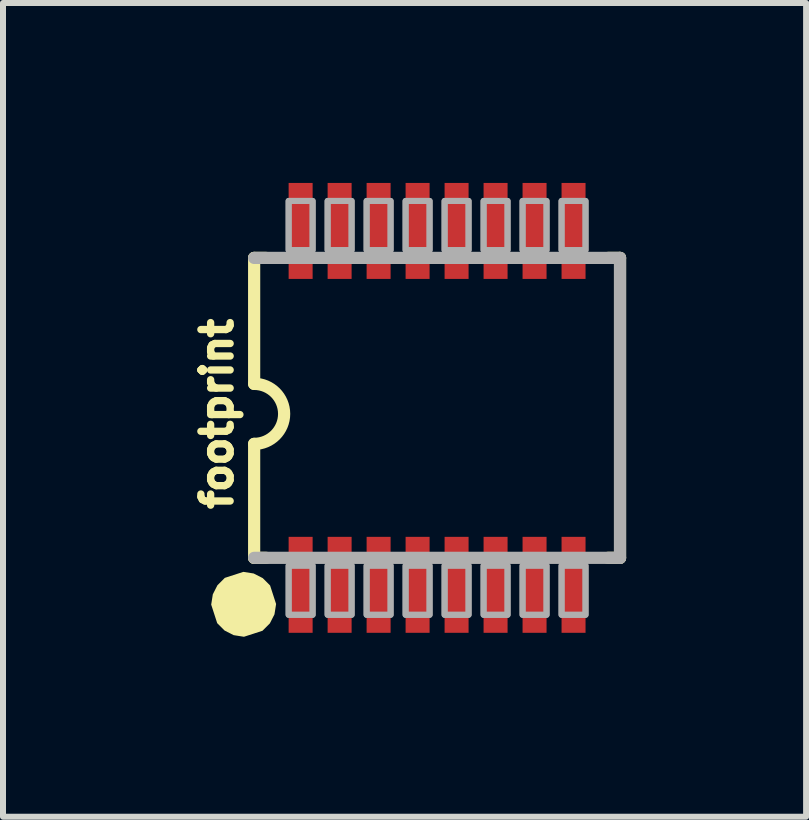
<source format=kicad_pcb>
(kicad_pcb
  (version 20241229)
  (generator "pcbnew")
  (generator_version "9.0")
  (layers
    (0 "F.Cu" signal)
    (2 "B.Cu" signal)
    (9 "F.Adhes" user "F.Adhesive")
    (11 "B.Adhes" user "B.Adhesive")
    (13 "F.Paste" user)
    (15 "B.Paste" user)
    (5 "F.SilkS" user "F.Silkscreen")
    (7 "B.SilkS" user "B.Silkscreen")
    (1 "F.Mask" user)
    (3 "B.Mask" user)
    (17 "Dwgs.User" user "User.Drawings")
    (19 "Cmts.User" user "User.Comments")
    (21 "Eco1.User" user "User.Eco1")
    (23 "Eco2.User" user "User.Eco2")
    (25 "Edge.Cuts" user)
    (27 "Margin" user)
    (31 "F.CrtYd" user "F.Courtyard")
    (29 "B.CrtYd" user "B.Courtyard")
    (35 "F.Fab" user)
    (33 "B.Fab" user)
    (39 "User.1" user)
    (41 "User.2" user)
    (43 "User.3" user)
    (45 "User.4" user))
  (footprint "footprint"
    (layer "F.Cu")
    (at 4.187 3.85)
    (property "Reference" "footprint" (at -3.334 0 90) (layer "F.SilkS") (effects (font (size 0.488 0.488) (thickness 0.122)) (justify bottom)))
    (fp_line (start -3 -2.6) (end -3 -0.5) (stroke (width 0.203) (type solid)) (layer "F.SilkS"))
    (fp_line (start -3 -2.6) (end -2.8 -2.6) (stroke (width 0.203) (type solid)) (layer "F.SilkS"))
    (fp_line (start -3 0.5) (end -3 2.4) (stroke (width 0.203) (type solid)) (layer "F.SilkS"))
    (fp_line (start -3 2.4) (end -2.8 2.4) (stroke (width 0.203) (type solid)) (layer "F.SilkS"))
    (fp_line (start 2.9 2.4) (end 3.1 2.4) (stroke (width 0.203) (type solid)) (layer "F.SilkS"))
    (fp_line (start 3.1 -2.6) (end 2.9 -2.6) (stroke (width 0.203) (type solid)) (layer "F.SilkS"))
    (fp_line (start 3.1 2.4) (end 3.1 -2.6) (stroke (width 0.203) (type solid)) (layer "F.SilkS"))
    (fp_arc (start -3 -0.5) (mid -2.5 0) (end -3 0.5) (stroke (width 0.2032) (type solid)) (layer "F.SilkS"))
    (fp_poly (pts (xy -3.008 2.661) (xy -2.857 2.738) (xy -2.734 2.861) (xy -2.634 3.17) (xy -2.661 3.342) (xy -2.738 3.493) (xy -2.861 3.616) (xy -3.17 3.716) (xy -3.342 3.689) (xy -3.493 3.612) (xy -3.616 3.489) (xy -3.716 3.18) (xy -3.689 3.008) (xy -3.612 2.857) (xy -3.489 2.734) (xy -3.18 2.634)) (stroke (width 0) (type solid)) (fill yes) (layer "F.SilkS"))
    (fp_line (start -3 -2.6) (end 3.1 -2.6) (stroke (width 0.203) (type solid)) (layer "F.Fab"))
    (fp_line (start 3.1 2.4) (end -3 2.4) (stroke (width 0.203) (type solid)) (layer "F.Fab"))
    (fp_line (start 3.1 2.4) (end 3.1 -2.6) (stroke (width 0.203) (type solid)) (layer "F.Fab"))
    (fp_poly (pts (xy -2.425 -2.73) (xy -2.025 -2.73) (xy -2.025 -3.55) (xy -2.425 -3.55)) (stroke (width 0.1) (type solid)) (fill no) (layer "F.Fab"))
    (fp_poly (pts (xy -2.425 -2.73) (xy -2.025 -2.73) (xy -2.025 -3.55) (xy -2.425 -3.55)) (stroke (width 0.1) (type solid)) (fill no) (layer "F.Fab"))
    (fp_poly (pts (xy -2.425 3.35) (xy -2.025 3.35) (xy -2.025 2.53) (xy -2.425 2.53)) (stroke (width 0.1) (type solid)) (fill no) (layer "F.Fab"))
    (fp_poly (pts (xy -2.425 3.35) (xy -2.025 3.35) (xy -2.025 2.53) (xy -2.425 2.53)) (stroke (width 0.1) (type solid)) (fill no) (layer "F.Fab"))
    (fp_poly (pts (xy -1.775 -2.73) (xy -1.375 -2.73) (xy -1.375 -3.55) (xy -1.775 -3.55)) (stroke (width 0.1) (type solid)) (fill no) (layer "F.Fab"))
    (fp_poly (pts (xy -1.775 -2.73) (xy -1.375 -2.73) (xy -1.375 -3.55) (xy -1.775 -3.55)) (stroke (width 0.1) (type solid)) (fill no) (layer "F.Fab"))
    (fp_poly (pts (xy -1.775 3.35) (xy -1.375 3.35) (xy -1.375 2.53) (xy -1.775 2.53)) (stroke (width 0.1) (type solid)) (fill no) (layer "F.Fab"))
    (fp_poly (pts (xy -1.775 3.35) (xy -1.375 3.35) (xy -1.375 2.53) (xy -1.775 2.53)) (stroke (width 0.1) (type solid)) (fill no) (layer "F.Fab"))
    (fp_poly (pts (xy -1.125 -2.73) (xy -0.725 -2.73) (xy -0.725 -3.55) (xy -1.125 -3.55)) (stroke (width 0.1) (type solid)) (fill no) (layer "F.Fab"))
    (fp_poly (pts (xy -1.125 -2.73) (xy -0.725 -2.73) (xy -0.725 -3.55) (xy -1.125 -3.55)) (stroke (width 0.1) (type solid)) (fill no) (layer "F.Fab"))
    (fp_poly (pts (xy -1.125 3.35) (xy -0.725 3.35) (xy -0.725 2.53) (xy -1.125 2.53)) (stroke (width 0.1) (type solid)) (fill no) (layer "F.Fab"))
    (fp_poly (pts (xy -1.125 3.35) (xy -0.725 3.35) (xy -0.725 2.53) (xy -1.125 2.53)) (stroke (width 0.1) (type solid)) (fill no) (layer "F.Fab"))
    (fp_poly (pts (xy -0.475 -2.73) (xy -0.075 -2.73) (xy -0.075 -3.55) (xy -0.475 -3.55)) (stroke (width 0.1) (type solid)) (fill no) (layer "F.Fab"))
    (fp_poly (pts (xy -0.475 -2.73) (xy -0.075 -2.73) (xy -0.075 -3.55) (xy -0.475 -3.55)) (stroke (width 0.1) (type solid)) (fill no) (layer "F.Fab"))
    (fp_poly (pts (xy -0.475 3.35) (xy -0.075 3.35) (xy -0.075 2.53) (xy -0.475 2.53)) (stroke (width 0.1) (type solid)) (fill no) (layer "F.Fab"))
    (fp_poly (pts (xy -0.475 3.35) (xy -0.075 3.35) (xy -0.075 2.53) (xy -0.475 2.53)) (stroke (width 0.1) (type solid)) (fill no) (layer "F.Fab"))
    (fp_poly (pts (xy 0.175 -2.73) (xy 0.575 -2.73) (xy 0.575 -3.55) (xy 0.175 -3.55)) (stroke (width 0.1) (type solid)) (fill no) (layer "F.Fab"))
    (fp_poly (pts (xy 0.175 -2.73) (xy 0.575 -2.73) (xy 0.575 -3.55) (xy 0.175 -3.55)) (stroke (width 0.1) (type solid)) (fill no) (layer "F.Fab"))
    (fp_poly (pts (xy 0.175 3.35) (xy 0.575 3.35) (xy 0.575 2.53) (xy 0.175 2.53)) (stroke (width 0.1) (type solid)) (fill no) (layer "F.Fab"))
    (fp_poly (pts (xy 0.175 3.35) (xy 0.575 3.35) (xy 0.575 2.53) (xy 0.175 2.53)) (stroke (width 0.1) (type solid)) (fill no) (layer "F.Fab"))
    (fp_poly (pts (xy 0.825 -2.73) (xy 1.225 -2.73) (xy 1.225 -3.55) (xy 0.825 -3.55)) (stroke (width 0.1) (type solid)) (fill no) (layer "F.Fab"))
    (fp_poly (pts (xy 0.825 -2.73) (xy 1.225 -2.73) (xy 1.225 -3.55) (xy 0.825 -3.55)) (stroke (width 0.1) (type solid)) (fill no) (layer "F.Fab"))
    (fp_poly (pts (xy 0.825 3.35) (xy 1.225 3.35) (xy 1.225 2.53) (xy 0.825 2.53)) (stroke (width 0.1) (type solid)) (fill no) (layer "F.Fab"))
    (fp_poly (pts (xy 0.825 3.35) (xy 1.225 3.35) (xy 1.225 2.53) (xy 0.825 2.53)) (stroke (width 0.1) (type solid)) (fill no) (layer "F.Fab"))
    (fp_poly (pts (xy 1.475 -2.73) (xy 1.875 -2.73) (xy 1.875 -3.55) (xy 1.475 -3.55)) (stroke (width 0.1) (type solid)) (fill no) (layer "F.Fab"))
    (fp_poly (pts (xy 1.475 -2.73) (xy 1.875 -2.73) (xy 1.875 -3.55) (xy 1.475 -3.55)) (stroke (width 0.1) (type solid)) (fill no) (layer "F.Fab"))
    (fp_poly (pts (xy 1.475 3.35) (xy 1.875 3.35) (xy 1.875 2.53) (xy 1.475 2.53)) (stroke (width 0.1) (type solid)) (fill no) (layer "F.Fab"))
    (fp_poly (pts (xy 1.475 3.35) (xy 1.875 3.35) (xy 1.875 2.53) (xy 1.475 2.53)) (stroke (width 0.1) (type solid)) (fill no) (layer "F.Fab"))
    (fp_poly (pts (xy 2.125 -2.73) (xy 2.525 -2.73) (xy 2.525 -3.55) (xy 2.125 -3.55)) (stroke (width 0.1) (type solid)) (fill no) (layer "F.Fab"))
    (fp_poly (pts (xy 2.125 -2.73) (xy 2.525 -2.73) (xy 2.525 -3.55) (xy 2.125 -3.55)) (stroke (width 0.1) (type solid)) (fill no) (layer "F.Fab"))
    (fp_poly (pts (xy 2.125 3.35) (xy 2.525 3.35) (xy 2.525 2.53) (xy 2.125 2.53)) (stroke (width 0.1) (type solid)) (fill no) (layer "F.Fab"))
    (fp_poly (pts (xy 2.125 3.35) (xy 2.525 3.35) (xy 2.525 2.53) (xy 2.125 2.53)) (stroke (width 0.1) (type solid)) (fill no) (layer "F.Fab"))
    (pad "1" smd rect (at -2.225 2.85) (size 0.4 1.6) (layers "F.Cu" "F.Mask" "F.Paste"))
    (pad "2" smd rect (at -1.575 2.85) (size 0.4 1.6) (layers "F.Cu" "F.Mask" "F.Paste"))
    (pad "3" smd rect (at -0.925 2.85) (size 0.4 1.6) (layers "F.Cu" "F.Mask" "F.Paste"))
    (pad "4" smd rect (at -0.275 2.85) (size 0.4 1.6) (layers "F.Cu" "F.Mask" "F.Paste"))
    (pad "5" smd rect (at 0.375 2.85) (size 0.4 1.6) (layers "F.Cu" "F.Mask" "F.Paste"))
    (pad "6" smd rect (at 1.025 2.85) (size 0.4 1.6) (layers "F.Cu" "F.Mask" "F.Paste"))
    (pad "7" smd rect (at 1.675 2.85) (size 0.4 1.6) (layers "F.Cu" "F.Mask" "F.Paste"))
    (pad "8" smd rect (at 2.325 2.85) (size 0.4 1.6) (layers "F.Cu" "F.Mask" "F.Paste"))
    (pad "9" smd rect (at 2.325 -3.05) (size 0.4 1.6) (layers "F.Cu" "F.Mask" "F.Paste"))
    (pad "10" smd rect (at 1.675 -3.05) (size 0.4 1.6) (layers "F.Cu" "F.Mask" "F.Paste"))
    (pad "11" smd rect (at 1.025 -3.05) (size 0.4 1.6) (layers "F.Cu" "F.Mask" "F.Paste"))
    (pad "12" smd rect (at 0.375 -3.05) (size 0.4 1.6) (layers "F.Cu" "F.Mask" "F.Paste"))
    (pad "13" smd rect (at -0.275 -3.05) (size 0.4 1.6) (layers "F.Cu" "F.Mask" "F.Paste"))
    (pad "14" smd rect (at -0.925 -3.05) (size 0.4 1.6) (layers "F.Cu" "F.Mask" "F.Paste"))
    (pad "15" smd rect (at -1.575 -3.05) (size 0.4 1.6) (layers "F.Cu" "F.Mask" "F.Paste"))
    (pad "16" smd rect (at -2.225 -3.05) (size 0.4 1.6) (layers "F.Cu" "F.Mask" "F.Paste")))
  (gr_rect
    (start -3 -3)
    (end 10.389 10.566)
    (stroke (width 0.1) (type default))
    (fill no)
    (layer "Edge.Cuts")))
</source>
